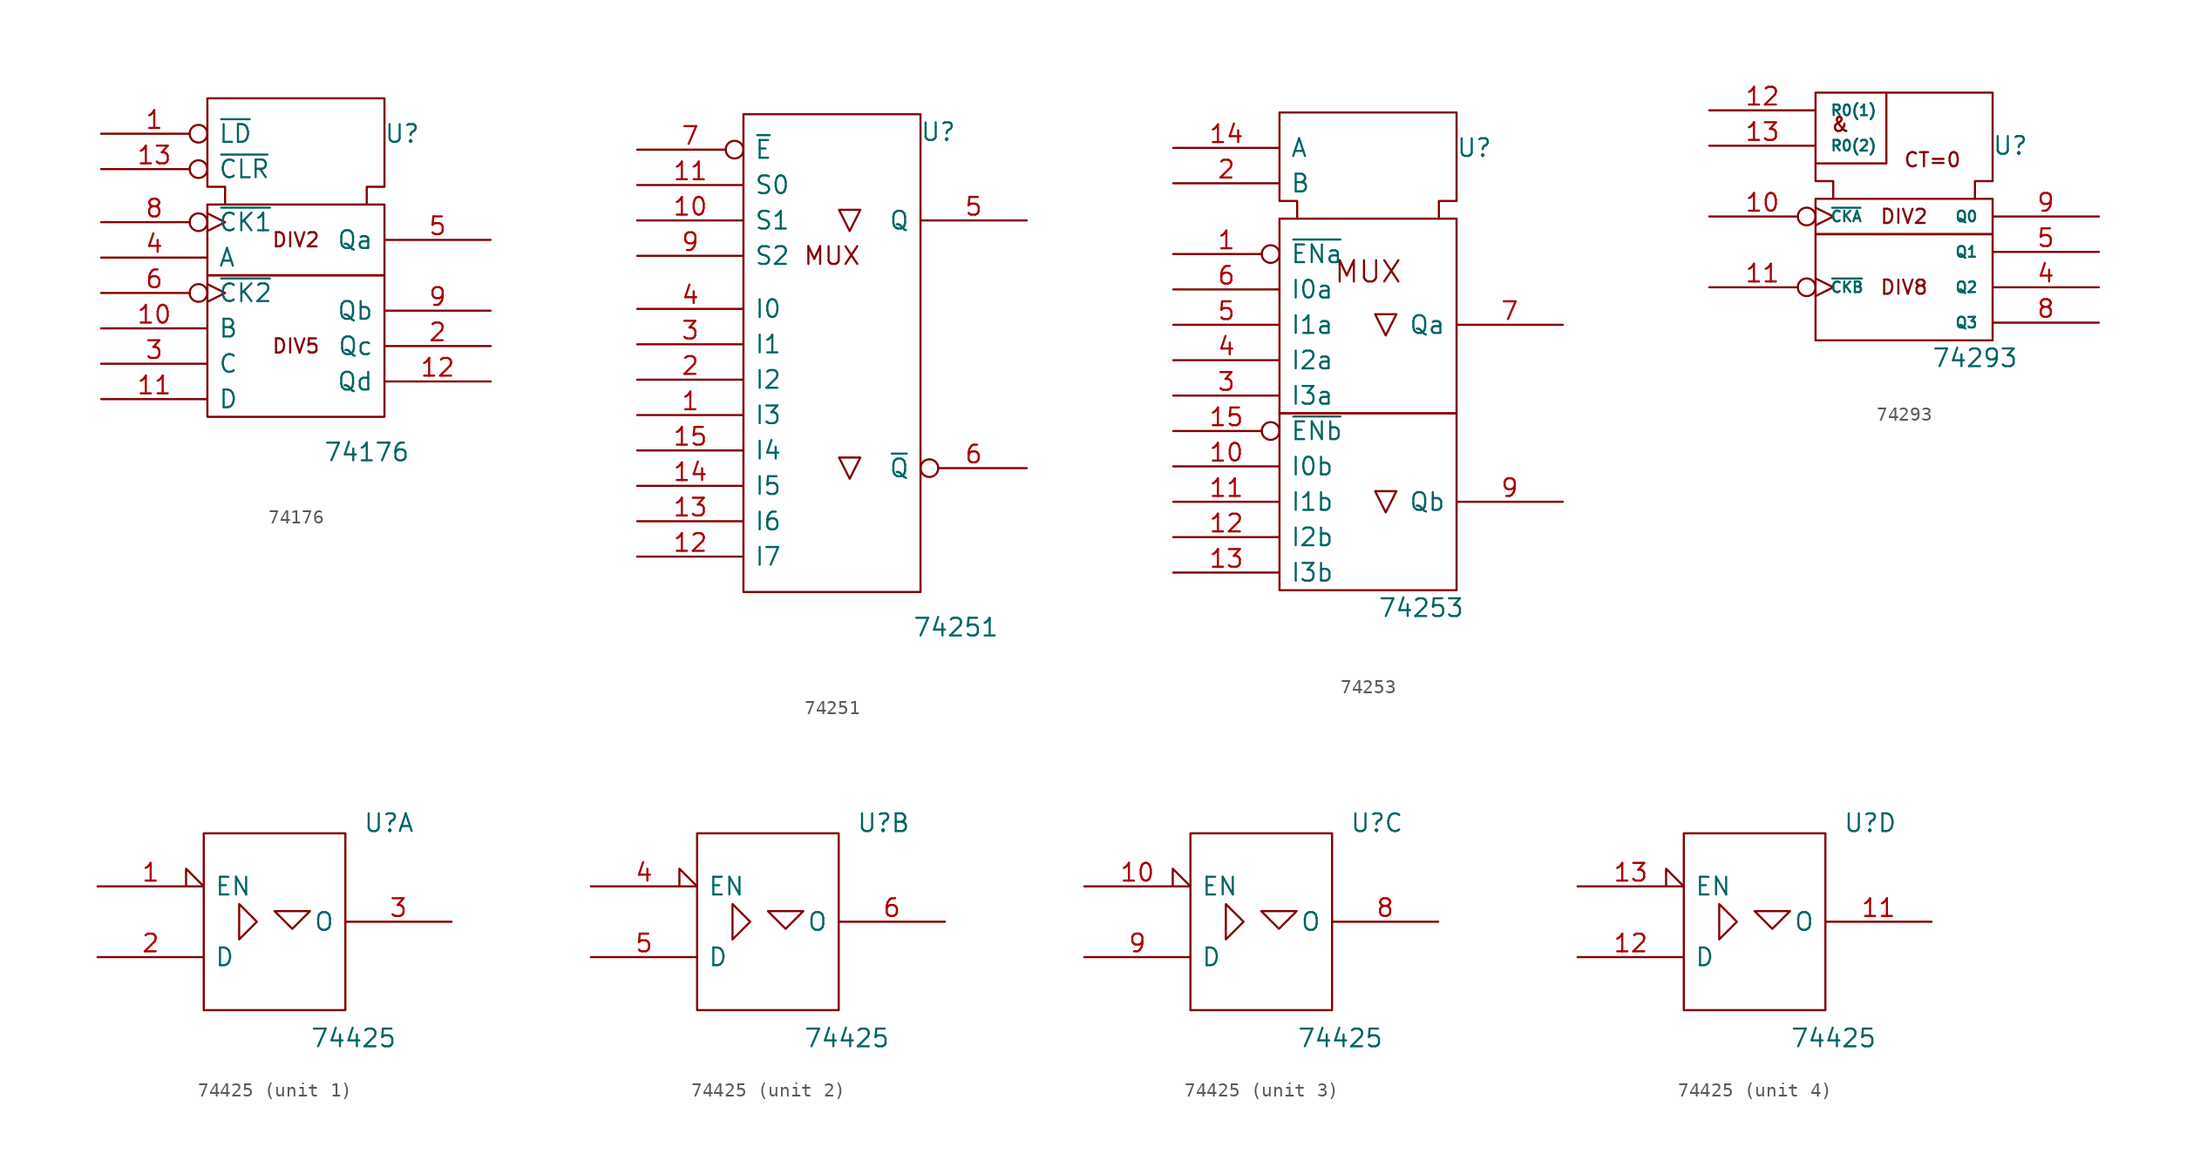
<source format=kicad_sym>
(kicad_symbol_lib
  (version 20201005)
  (generator kicad_symbol_editor)
  (symbol "74176"
    (pin_names
      (offset 0.762))
    (property "Reference" "U"
      (at 7.62 6.35 0)
      (effects (font (size 1.27 1.27))))
    (property "Value" "74176"
      (at 5.08 -16.51 0)
      (effects (font (size 1.27 1.27))))
    (symbol "74176_0_0"
      (text "DIV2" (at 0 -1.27 0) (effects (font (size 1.016 1.016))))
      (text "DIV5" (at 0 -8.89 0) (effects (font (size 1.016 1.016))))
      (polyline (pts (xy -5.08 1.27) (xy -5.08 2.54) (xy -6.35 2.54) (xy -6.35 8.89) (xy 6.35 8.89) (xy 6.35 2.54) (xy 5.08 2.54) (xy 5.08 1.27) (xy 5.08 1.27)) (stroke (width 0)) (fill (type none))))
    (symbol "74176_0_1"
      (rectangle (start -6.35 -3.81) (end 6.35 -13.97) (stroke (width 0)) (fill (type none)))
      (rectangle (start -6.35 1.27) (end 6.35 -3.81) (stroke (width 0)) (fill (type none)))
      (pin power_in line (at 3.81 8.89 270) (length 0) hide (name "Vcc" (effects (font (size 1.27 1.27)))) (number "14" (effects (font (size 1.27 1.27)))))
      (pin power_in line (at 0 8.89 270) (length 0) hide (name "Gnd" (effects (font (size 1.27 1.27)))) (number "7" (effects (font (size 1.27 1.27))))))
    (symbol "74176_1_1"
      (pin input inverted (at -13.97 6.35 0) (length 7.62) (name "~LD" (effects (font (size 1.27 1.27)))) (number "1" (effects (font (size 1.27 1.27)))))
      (pin input line (at -13.97 -7.62 0) (length 7.62) (name "B" (effects (font (size 1.27 1.27)))) (number "10" (effects (font (size 1.27 1.27)))))
      (pin input line (at -13.97 -12.7 0) (length 7.62) (name "D" (effects (font (size 1.27 1.27)))) (number "11" (effects (font (size 1.27 1.27)))))
      (pin output line (at 13.97 -11.43 180) (length 7.62) (name "Qd" (effects (font (size 1.27 1.27)))) (number "12" (effects (font (size 1.27 1.27)))))
      (pin input inverted (at -13.97 3.81 0) (length 7.62) (name "~CLR" (effects (font (size 1.27 1.27)))) (number "13" (effects (font (size 1.27 1.27)))))
      (pin output line (at 13.97 -8.89 180) (length 7.62) (name "Qc" (effects (font (size 1.27 1.27)))) (number "2" (effects (font (size 1.27 1.27)))))
      (pin input line (at -13.97 -10.16 0) (length 7.62) (name "C" (effects (font (size 1.27 1.27)))) (number "3" (effects (font (size 1.27 1.27)))))
      (pin input line (at -13.97 -2.54 0) (length 7.62) (name "A" (effects (font (size 1.27 1.27)))) (number "4" (effects (font (size 1.27 1.27)))))
      (pin output line (at 13.97 -1.27 180) (length 7.62) (name "Qa" (effects (font (size 1.27 1.27)))) (number "5" (effects (font (size 1.27 1.27)))))
      (pin input inverted_clock (at -13.97 -5.08 0) (length 7.62) (name "~CK2" (effects (font (size 1.27 1.27)))) (number "6" (effects (font (size 1.27 1.27)))))
      (pin input inverted_clock (at -13.97 0 0) (length 7.62) (name "~CK1" (effects (font (size 1.27 1.27)))) (number "8" (effects (font (size 1.27 1.27)))))
      (pin output line (at 13.97 -6.35 180) (length 7.62) (name "Qb" (effects (font (size 1.27 1.27)))) (number "9" (effects (font (size 1.27 1.27)))))))
  (symbol "74251"
    (pin_names
      (offset 0.762))
    (property "Reference" "U"
      (at 7.62 15.24 0)
      (effects (font (size 1.27 1.27))))
    (property "Value" "74251"
      (at 8.89 -20.32 0)
      (effects (font (size 1.27 1.27))))
    (symbol "74251_0_0"
      (text "MUX" (at 0 6.35 0) (effects (font (size 1.27 1.27))))
      (rectangle (start -6.35 16.51) (end 6.35 -17.78) (stroke (width 0)) (fill (type none)))
      (polyline (pts (xy 2.032 -8.128) (xy 0.508 -8.128) (xy 1.27 -9.652) (xy 2.032 -8.128) (xy 2.032 -8.128)) (stroke (width 0)) (fill (type none)))
      (polyline (pts (xy 2.032 9.652) (xy 0.508 9.652) (xy 1.27 8.128) (xy 2.032 9.652) (xy 2.032 9.652)) (stroke (width 0)) (fill (type none)))
      (pin power_in line (at 0 16.51 270) (length 0) hide (name "VCC" (effects (font (size 1.27 1.27)))) (number "16" (effects (font (size 1.27 1.27)))))
      (pin power_in line (at 0 -17.78 90) (length 0) hide (name "GND" (effects (font (size 1.27 1.27)))) (number "8" (effects (font (size 1.27 1.27))))))
    (symbol "74251_1_1"
      (pin input line (at -13.97 -5.08 0) (length 7.62) (name "I3" (effects (font (size 1.27 1.27)))) (number "1" (effects (font (size 1.27 1.27)))))
      (pin input line (at -13.97 8.89 0) (length 7.62) (name "S1" (effects (font (size 1.27 1.27)))) (number "10" (effects (font (size 1.27 1.27)))))
      (pin input line (at -13.97 11.43 0) (length 7.62) (name "S0" (effects (font (size 1.27 1.27)))) (number "11" (effects (font (size 1.27 1.27)))))
      (pin input line (at -13.97 -15.24 0) (length 7.62) (name "I7" (effects (font (size 1.27 1.27)))) (number "12" (effects (font (size 1.27 1.27)))))
      (pin input line (at -13.97 -12.7 0) (length 7.62) (name "I6" (effects (font (size 1.27 1.27)))) (number "13" (effects (font (size 1.27 1.27)))))
      (pin input line (at -13.97 -10.16 0) (length 7.62) (name "I5" (effects (font (size 1.27 1.27)))) (number "14" (effects (font (size 1.27 1.27)))))
      (pin input line (at -13.97 -7.62 0) (length 7.62) (name "I4" (effects (font (size 1.27 1.27)))) (number "15" (effects (font (size 1.27 1.27)))))
      (pin input line (at -13.97 -2.54 0) (length 7.62) (name "I2" (effects (font (size 1.27 1.27)))) (number "2" (effects (font (size 1.27 1.27)))))
      (pin input line (at -13.97 0 0) (length 7.62) (name "I1" (effects (font (size 1.27 1.27)))) (number "3" (effects (font (size 1.27 1.27)))))
      (pin input line (at -13.97 2.54 0) (length 7.62) (name "I0" (effects (font (size 1.27 1.27)))) (number "4" (effects (font (size 1.27 1.27)))))
      (pin tri_state line (at 13.97 8.89 180) (length 7.62) (name "Q" (effects (font (size 1.27 1.27)))) (number "5" (effects (font (size 1.27 1.27)))))
      (pin tri_state inverted (at 13.97 -8.89 180) (length 7.62) (name "~Q" (effects (font (size 1.27 1.27)))) (number "6" (effects (font (size 1.27 1.27)))))
      (pin input inverted (at -13.97 13.97 0) (length 7.62) (name "~E" (effects (font (size 1.27 1.27)))) (number "7" (effects (font (size 1.27 1.27)))))
      (pin input line (at -13.97 6.35 0) (length 7.62) (name "S2" (effects (font (size 1.27 1.27)))) (number "9" (effects (font (size 1.27 1.27)))))))
  (symbol "74253"
    (pin_names
      (offset 0.762))
    (property "Reference" "U"
      (at 7.62 16.51 0)
      (effects (font (size 1.27 1.27))))
    (property "Value" "74253"
      (at 3.81 -16.51 0)
      (effects (font (size 1.27 1.27))))
    (symbol "74253_0_0"
      (text "MUX" (at 0 7.62 0) (effects (font (size 1.524 1.524))))
      (rectangle (start -6.35 -2.54) (end 6.35 -15.24) (stroke (width 0)) (fill (type none)))
      (rectangle (start -6.35 11.43) (end 6.35 -2.54) (stroke (width 0)) (fill (type none)))
      (polyline (pts (xy 2.032 -8.128) (xy 0.508 -8.128) (xy 1.27 -9.652) (xy 2.032 -8.128) (xy 2.032 -8.128)) (stroke (width 0)) (fill (type none)))
      (polyline (pts (xy 2.032 4.572) (xy 0.508 4.572) (xy 1.27 3.048) (xy 2.032 4.572) (xy 2.032 4.572)) (stroke (width 0)) (fill (type none)))
      (polyline (pts (xy -5.08 11.43) (xy -5.08 12.7) (xy -6.35 12.7) (xy -6.35 19.05) (xy 6.35 19.05) (xy 6.35 12.7) (xy 5.08 12.7) (xy 5.08 11.43) (xy 5.08 11.43)) (stroke (width 0)) (fill (type none)))
      (pin power_in line (at 3.81 19.05 270) (length 0) hide (name "VCC" (effects (font (size 1.27 1.27)))) (number "16" (effects (font (size 1.27 1.27)))))
      (pin power_in line (at 0 19.05 270) (length 0) hide (name "GND" (effects (font (size 1.27 1.27)))) (number "8" (effects (font (size 1.27 1.27))))))
    (symbol "74253_1_1"
      (pin input inverted (at -13.97 8.89 0) (length 7.62) (name "~ENa" (effects (font (size 1.27 1.27)))) (number "1" (effects (font (size 1.27 1.27)))))
      (pin input line (at -13.97 -6.35 0) (length 7.62) (name "I0b" (effects (font (size 1.27 1.27)))) (number "10" (effects (font (size 1.27 1.27)))))
      (pin input line (at -13.97 -8.89 0) (length 7.62) (name "I1b" (effects (font (size 1.27 1.27)))) (number "11" (effects (font (size 1.27 1.27)))))
      (pin input line (at -13.97 -11.43 0) (length 7.62) (name "I2b" (effects (font (size 1.27 1.27)))) (number "12" (effects (font (size 1.27 1.27)))))
      (pin input line (at -13.97 -13.97 0) (length 7.62) (name "I3b" (effects (font (size 1.27 1.27)))) (number "13" (effects (font (size 1.27 1.27)))))
      (pin input line (at -13.97 16.51 0) (length 7.62) (name "A" (effects (font (size 1.27 1.27)))) (number "14" (effects (font (size 1.27 1.27)))))
      (pin input inverted (at -13.97 -3.81 0) (length 7.62) (name "~ENb" (effects (font (size 1.27 1.27)))) (number "15" (effects (font (size 1.27 1.27)))))
      (pin input line (at -13.97 13.97 0) (length 7.62) (name "B" (effects (font (size 1.27 1.27)))) (number "2" (effects (font (size 1.27 1.27)))))
      (pin input line (at -13.97 -1.27 0) (length 7.62) (name "I3a" (effects (font (size 1.27 1.27)))) (number "3" (effects (font (size 1.27 1.27)))))
      (pin input line (at -13.97 1.27 0) (length 7.62) (name "I2a" (effects (font (size 1.27 1.27)))) (number "4" (effects (font (size 1.27 1.27)))))
      (pin input line (at -13.97 3.81 0) (length 7.62) (name "I1a" (effects (font (size 1.27 1.27)))) (number "5" (effects (font (size 1.27 1.27)))))
      (pin input line (at -13.97 6.35 0) (length 7.62) (name "I0a" (effects (font (size 1.27 1.27)))) (number "6" (effects (font (size 1.27 1.27)))))
      (pin tri_state line (at 13.97 3.81 180) (length 7.62) (name "Qa" (effects (font (size 1.27 1.27)))) (number "7" (effects (font (size 1.27 1.27)))))
      (pin tri_state line (at 13.97 -8.89 180) (length 7.62) (name "Qb" (effects (font (size 1.27 1.27)))) (number "9" (effects (font (size 1.27 1.27)))))))
  (symbol "74293"
    (pin_names
      (offset 1.016))
    (property "Reference" "U"
      (at 7.62 5.08 0)
      (effects (font (size 1.27 1.27))))
    (property "Value" "74293"
      (at 5.08 -10.16 0)
      (effects (font (size 1.27 1.27))))
    (symbol "74293_0_0"
      (text "&" (at -4.572 6.604 0) (effects (font (size 1.016 1.016))))
      (text "CT=0" (at 2.032 4.064 0) (effects (font (size 1.016 1.016))))
      (text "DIV2" (at 0 0 0) (effects (font (size 1.016 1.016))))
      (text "DIV8" (at 0 -5.08 0) (effects (font (size 1.016 1.016))))
      (rectangle (start -6.35 -1.27) (end 6.35 -8.89) (stroke (width 0)) (fill (type none)))
      (rectangle (start -6.35 1.27) (end 6.35 -1.27) (stroke (width 0)) (fill (type none)))
      (polyline (pts (xy -1.27 8.89) (xy -1.27 3.81) (xy -6.35 3.81) (xy -6.35 3.81)) (stroke (width 0)) (fill (type none)))
      (polyline (pts (xy -5.08 1.27) (xy -5.08 2.54) (xy -6.35 2.54) (xy -6.35 8.89) (xy 6.35 8.89) (xy 6.35 2.54) (xy 5.08 2.54) (xy 5.08 1.27) (xy 5.08 1.27)) (stroke (width 0)) (fill (type none)))
      (pin power_in line (at 5.08 8.89 270) (length 0) hide (name "VCC" (effects (font (size 0.762 0.762)))) (number "14" (effects (font (size 1.27 1.27)))))
      (pin input line (at 0 8.89 270) (length 0) hide (name "GND" (effects (font (size 0.762 0.762)))) (number "7" (effects (font (size 1.27 1.27))))))
    (symbol "74293_1_1"
      (pin input inverted_clock (at -13.97 0 0) (length 7.62) (name "~CKA" (effects (font (size 0.762 0.762)))) (number "10" (effects (font (size 1.27 1.27)))))
      (pin input inverted_clock (at -13.97 -5.08 0) (length 7.62) (name "~CKB" (effects (font (size 0.762 0.762)))) (number "11" (effects (font (size 1.27 1.27)))))
      (pin input line (at -13.97 7.62 0) (length 7.62) (name "R0(1)" (effects (font (size 0.762 0.762)))) (number "12" (effects (font (size 1.27 1.27)))))
      (pin input line (at -13.97 5.08 0) (length 7.62) (name "R0(2)" (effects (font (size 0.762 0.762)))) (number "13" (effects (font (size 1.27 1.27)))))
      (pin output line (at 13.97 -5.08 180) (length 7.62) (name "Q2" (effects (font (size 0.762 0.762)))) (number "4" (effects (font (size 1.27 1.27)))))
      (pin output line (at 13.97 -2.54 180) (length 7.62) (name "Q1" (effects (font (size 0.762 0.762)))) (number "5" (effects (font (size 1.27 1.27)))))
      (pin output line (at 13.97 -7.62 180) (length 7.62) (name "Q3" (effects (font (size 0.762 0.762)))) (number "8" (effects (font (size 1.27 1.27)))))
      (pin output line (at 13.97 0 180) (length 7.62) (name "Q0" (effects (font (size 0.762 0.762)))) (number "9" (effects (font (size 1.27 1.27)))))))
  (symbol "74425"
    (pin_names
      (offset 0.762))
    (property "Reference" "U"
      (at 6.35 6.35 0)
      (effects (font (size 1.27 1.27)) (justify left bottom)))
    (property "Value" "74425"
      (at 2.54 -7.62 0)
      (effects (font (size 1.27 1.27)) (justify left top)))
    (symbol "74425_0_1"
      (rectangle (start -5.08 6.35) (end 5.08 -6.35) (stroke (width 0)) (fill (type none)))
      (polyline (pts (xy -2.54 1.27) (xy -2.54 -1.27) (xy -1.27 0) (xy -2.54 1.27) (xy -2.54 1.27)) (stroke (width 0)) (fill (type none)))
      (polyline (pts (xy 0 0.762) (xy 2.54 0.762) (xy 1.27 -0.508) (xy 0 0.762) (xy 0 0.762)) (stroke (width 0)) (fill (type none)))
      (pin power_in line (at 0 6.35 270) (length 0) hide (name "VCC" (effects (font (size 1.27 1.27)))) (number "14" (effects (font (size 1.27 1.27)))))
      (pin power_in line (at 0 -6.35 90) (length 0) hide (name "GND" (effects (font (size 1.27 1.27)))) (number "7" (effects (font (size 1.27 1.27))))))
    (symbol "74425_1_0"
      (pin input input_low (at -12.7 2.54 0) (length 7.62) (name "EN" (effects (font (size 1.27 1.27)))) (number "1" (effects (font (size 1.27 1.27))))))
    (symbol "74425_1_1"
      (pin input line (at -12.7 -2.54 0) (length 7.62) (name "D" (effects (font (size 1.27 1.27)))) (number "2" (effects (font (size 1.27 1.27)))))
      (pin tri_state line (at 12.7 0 180) (length 7.62) (name "O" (effects (font (size 1.27 1.27)))) (number "3" (effects (font (size 1.27 1.27))))))
    (symbol "74425_2_0"
      (pin input input_low (at -12.7 2.54 0) (length 7.62) (name "EN" (effects (font (size 1.27 1.27)))) (number "4" (effects (font (size 1.27 1.27))))))
    (symbol "74425_2_1"
      (pin input line (at -12.7 -2.54 0) (length 7.62) (name "D" (effects (font (size 1.27 1.27)))) (number "5" (effects (font (size 1.27 1.27)))))
      (pin tri_state line (at 12.7 0 180) (length 7.62) (name "O" (effects (font (size 1.27 1.27)))) (number "6" (effects (font (size 1.27 1.27))))))
    (symbol "74425_3_0"
      (pin input input_low (at -12.7 2.54 0) (length 7.62) (name "EN" (effects (font (size 1.27 1.27)))) (number "10" (effects (font (size 1.27 1.27))))))
    (symbol "74425_3_1"
      (pin tri_state line (at 12.7 0 180) (length 7.62) (name "O" (effects (font (size 1.27 1.27)))) (number "8" (effects (font (size 1.27 1.27)))))
      (pin input line (at -12.7 -2.54 0) (length 7.62) (name "D" (effects (font (size 1.27 1.27)))) (number "9" (effects (font (size 1.27 1.27))))))
    (symbol "74425_4_0"
      (pin input input_low (at -12.7 2.54 0) (length 7.62) (name "EN" (effects (font (size 1.27 1.27)))) (number "13" (effects (font (size 1.27 1.27))))))
    (symbol "74425_4_1"
      (pin tri_state line (at 12.7 0 180) (length 7.62) (name "O" (effects (font (size 1.27 1.27)))) (number "11" (effects (font (size 1.27 1.27)))))
      (pin input line (at -12.7 -2.54 0) (length 7.62) (name "D" (effects (font (size 1.27 1.27)))) (number "12" (effects (font (size 1.27 1.27))))))))
</source>
